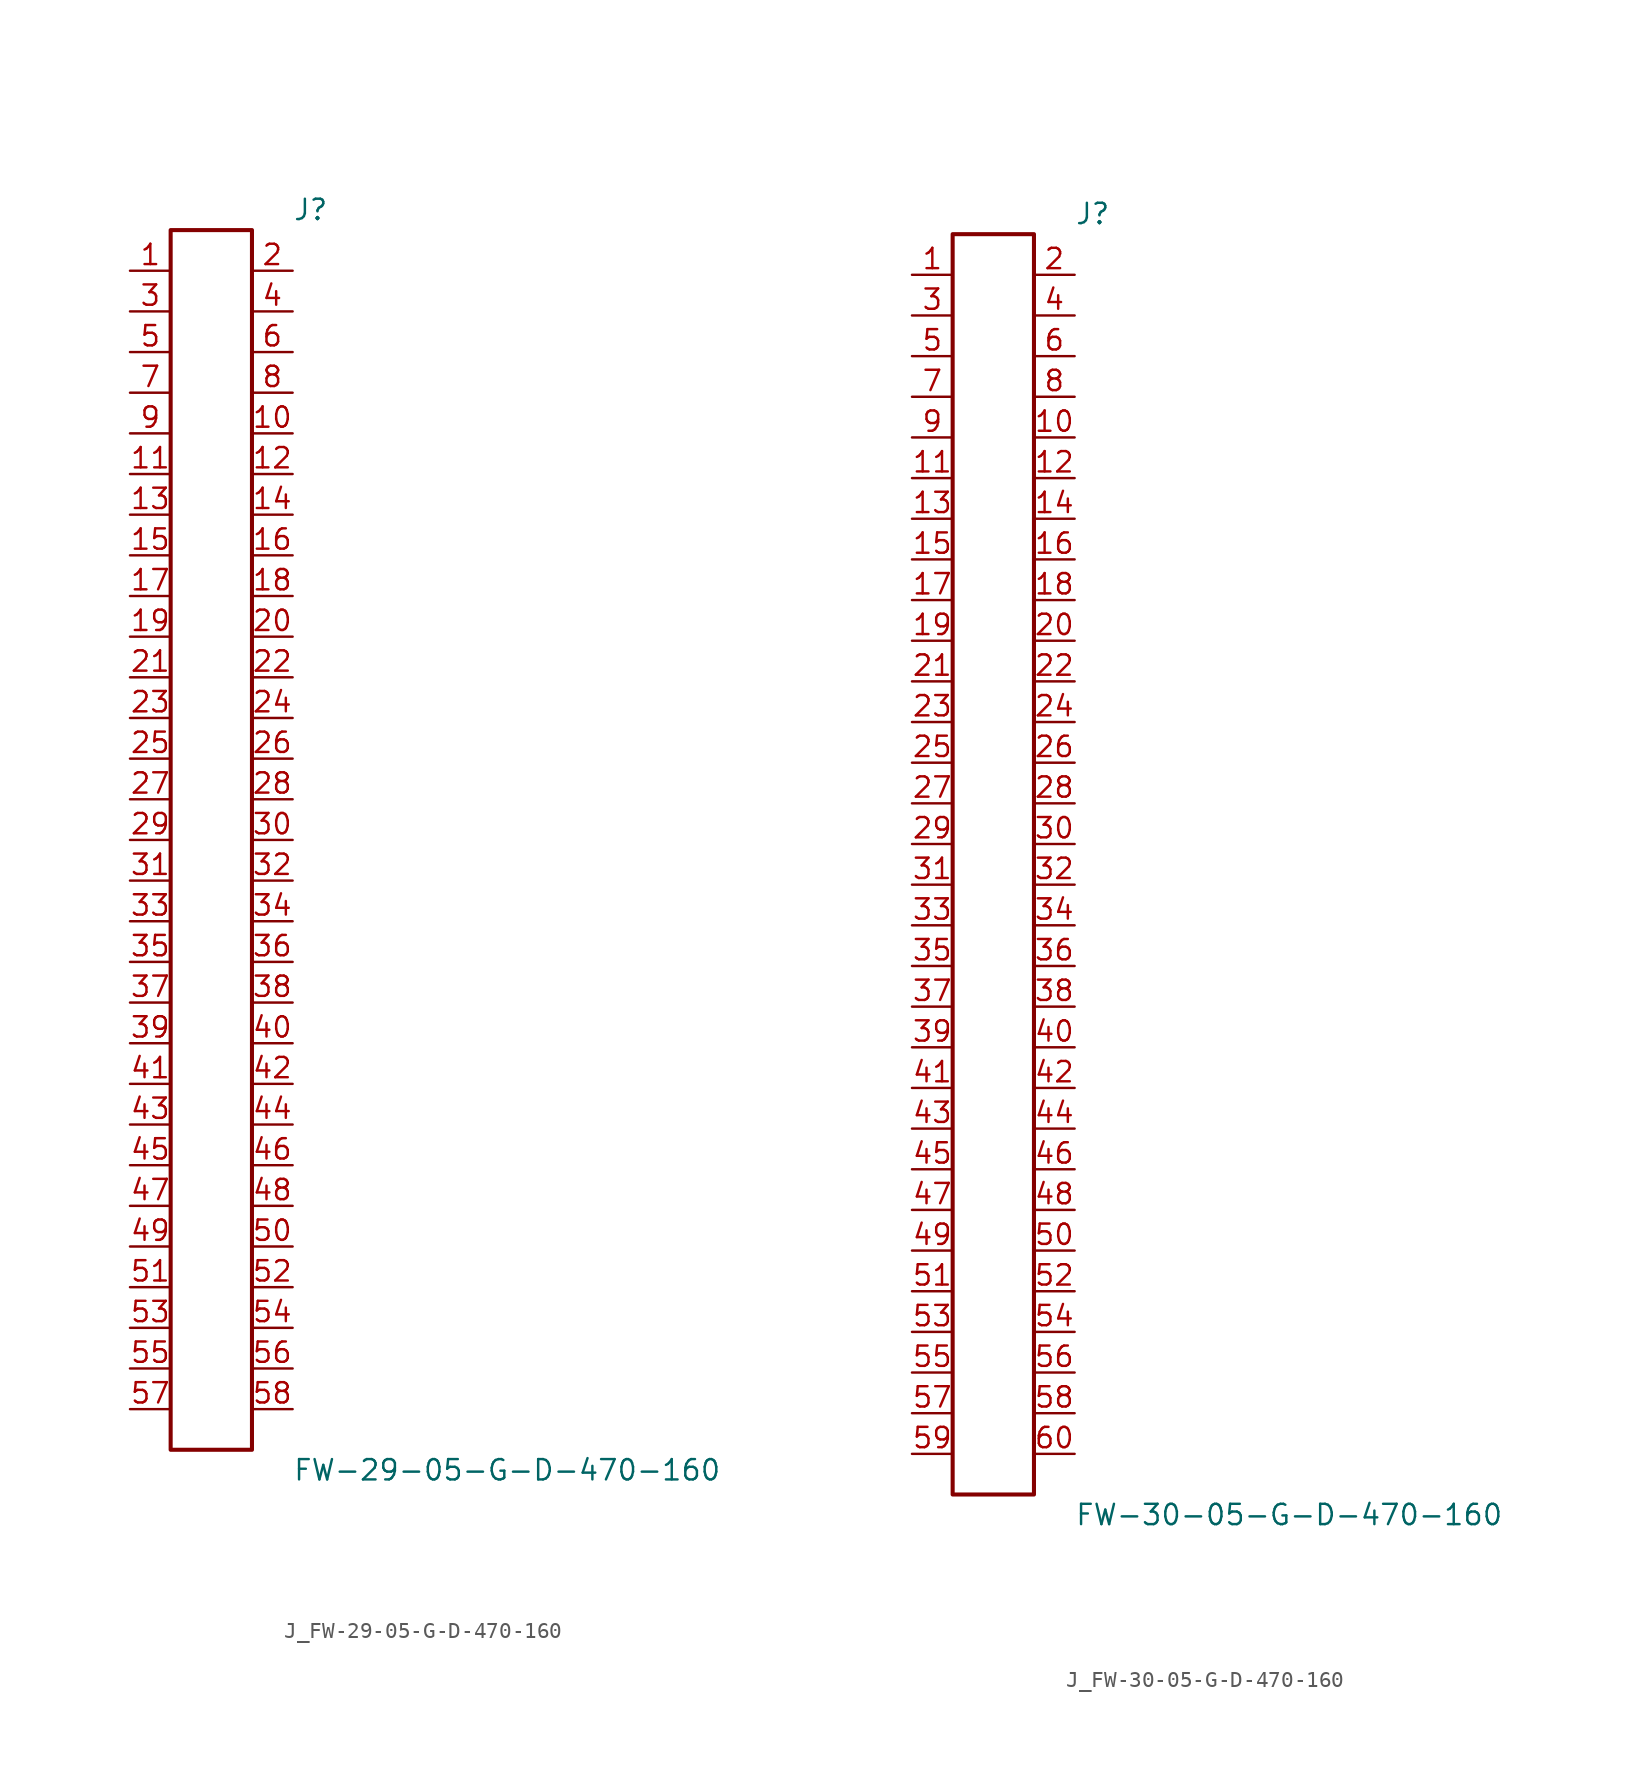
<source format=kicad_sym>
(kicad_symbol_lib
  (version 20231120)
  (generator kicad_symbol_editor)
  (generator_version 8.0)
  (symbol "J_FW-29-05-G-D-470-160"
    (pin_names
      (offset 0.254))
    (property "Reference" "J"
      (at 5.08 39.37 0)
      (effects (font (size 1.27 1.27)) (justify left)))
    (property "Value" "FW-29-05-G-D-470-160"
      (at 5.08 -39.37 0)
      (effects (font (size 1.27 1.27)) (justify left)))
    (symbol "J_FW-29-05-G-D-470-160_0_0"
      (pin unspecified line (at -5.08 35.56 0) (length 2.54) (name "" (effects (font (size 1.27 1.27)))) (number "1" (effects (font (size 1.27 1.27)))))
      (pin unspecified line (at 5.08 35.56 180) (length 2.54) (name "" (effects (font (size 1.27 1.27)))) (number "2" (effects (font (size 1.27 1.27)))))
      (pin unspecified line (at -5.08 33.02 0) (length 2.54) (name "" (effects (font (size 1.27 1.27)))) (number "3" (effects (font (size 1.27 1.27)))))
      (pin unspecified line (at 5.08 33.02 180) (length 2.54) (name "" (effects (font (size 1.27 1.27)))) (number "4" (effects (font (size 1.27 1.27)))))
      (pin unspecified line (at -5.08 30.48 0) (length 2.54) (name "" (effects (font (size 1.27 1.27)))) (number "5" (effects (font (size 1.27 1.27)))))
      (pin unspecified line (at 5.08 30.48 180) (length 2.54) (name "" (effects (font (size 1.27 1.27)))) (number "6" (effects (font (size 1.27 1.27)))))
      (pin unspecified line (at -5.08 27.94 0) (length 2.54) (name "" (effects (font (size 1.27 1.27)))) (number "7" (effects (font (size 1.27 1.27)))))
      (pin unspecified line (at 5.08 27.94 180) (length 2.54) (name "" (effects (font (size 1.27 1.27)))) (number "8" (effects (font (size 1.27 1.27)))))
      (pin unspecified line (at -5.08 25.4 0) (length 2.54) (name "" (effects (font (size 1.27 1.27)))) (number "9" (effects (font (size 1.27 1.27)))))
      (pin unspecified line (at 5.08 25.4 180) (length 2.54) (name "" (effects (font (size 1.27 1.27)))) (number "10" (effects (font (size 1.27 1.27)))))
      (pin unspecified line (at -5.08 22.86 0) (length 2.54) (name "" (effects (font (size 1.27 1.27)))) (number "11" (effects (font (size 1.27 1.27)))))
      (pin unspecified line (at 5.08 22.86 180) (length 2.54) (name "" (effects (font (size 1.27 1.27)))) (number "12" (effects (font (size 1.27 1.27)))))
      (pin unspecified line (at -5.08 20.32 0) (length 2.54) (name "" (effects (font (size 1.27 1.27)))) (number "13" (effects (font (size 1.27 1.27)))))
      (pin unspecified line (at 5.08 20.32 180) (length 2.54) (name "" (effects (font (size 1.27 1.27)))) (number "14" (effects (font (size 1.27 1.27)))))
      (pin unspecified line (at -5.08 17.78 0) (length 2.54) (name "" (effects (font (size 1.27 1.27)))) (number "15" (effects (font (size 1.27 1.27)))))
      (pin unspecified line (at 5.08 17.78 180) (length 2.54) (name "" (effects (font (size 1.27 1.27)))) (number "16" (effects (font (size 1.27 1.27)))))
      (pin unspecified line (at -5.08 15.24 0) (length 2.54) (name "" (effects (font (size 1.27 1.27)))) (number "17" (effects (font (size 1.27 1.27)))))
      (pin unspecified line (at 5.08 15.24 180) (length 2.54) (name "" (effects (font (size 1.27 1.27)))) (number "18" (effects (font (size 1.27 1.27)))))
      (pin unspecified line (at -5.08 12.7 0) (length 2.54) (name "" (effects (font (size 1.27 1.27)))) (number "19" (effects (font (size 1.27 1.27)))))
      (pin unspecified line (at 5.08 12.7 180) (length 2.54) (name "" (effects (font (size 1.27 1.27)))) (number "20" (effects (font (size 1.27 1.27)))))
      (pin unspecified line (at -5.08 10.16 0) (length 2.54) (name "" (effects (font (size 1.27 1.27)))) (number "21" (effects (font (size 1.27 1.27)))))
      (pin unspecified line (at 5.08 10.16 180) (length 2.54) (name "" (effects (font (size 1.27 1.27)))) (number "22" (effects (font (size 1.27 1.27)))))
      (pin unspecified line (at -5.08 7.62 0) (length 2.54) (name "" (effects (font (size 1.27 1.27)))) (number "23" (effects (font (size 1.27 1.27)))))
      (pin unspecified line (at 5.08 7.62 180) (length 2.54) (name "" (effects (font (size 1.27 1.27)))) (number "24" (effects (font (size 1.27 1.27)))))
      (pin unspecified line (at -5.08 5.08 0) (length 2.54) (name "" (effects (font (size 1.27 1.27)))) (number "25" (effects (font (size 1.27 1.27)))))
      (pin unspecified line (at 5.08 5.08 180) (length 2.54) (name "" (effects (font (size 1.27 1.27)))) (number "26" (effects (font (size 1.27 1.27)))))
      (pin unspecified line (at -5.08 2.54 0) (length 2.54) (name "" (effects (font (size 1.27 1.27)))) (number "27" (effects (font (size 1.27 1.27)))))
      (pin unspecified line (at 5.08 2.54 180) (length 2.54) (name "" (effects (font (size 1.27 1.27)))) (number "28" (effects (font (size 1.27 1.27)))))
      (pin unspecified line (at -5.08 0.0 0) (length 2.54) (name "" (effects (font (size 1.27 1.27)))) (number "29" (effects (font (size 1.27 1.27)))))
      (pin unspecified line (at 5.08 0.0 180) (length 2.54) (name "" (effects (font (size 1.27 1.27)))) (number "30" (effects (font (size 1.27 1.27)))))
      (pin unspecified line (at -5.08 -2.54 0) (length 2.54) (name "" (effects (font (size 1.27 1.27)))) (number "31" (effects (font (size 1.27 1.27)))))
      (pin unspecified line (at 5.08 -2.54 180) (length 2.54) (name "" (effects (font (size 1.27 1.27)))) (number "32" (effects (font (size 1.27 1.27)))))
      (pin unspecified line (at -5.08 -5.08 0) (length 2.54) (name "" (effects (font (size 1.27 1.27)))) (number "33" (effects (font (size 1.27 1.27)))))
      (pin unspecified line (at 5.08 -5.08 180) (length 2.54) (name "" (effects (font (size 1.27 1.27)))) (number "34" (effects (font (size 1.27 1.27)))))
      (pin unspecified line (at -5.08 -7.62 0) (length 2.54) (name "" (effects (font (size 1.27 1.27)))) (number "35" (effects (font (size 1.27 1.27)))))
      (pin unspecified line (at 5.08 -7.62 180) (length 2.54) (name "" (effects (font (size 1.27 1.27)))) (number "36" (effects (font (size 1.27 1.27)))))
      (pin unspecified line (at -5.08 -10.16 0) (length 2.54) (name "" (effects (font (size 1.27 1.27)))) (number "37" (effects (font (size 1.27 1.27)))))
      (pin unspecified line (at 5.08 -10.16 180) (length 2.54) (name "" (effects (font (size 1.27 1.27)))) (number "38" (effects (font (size 1.27 1.27)))))
      (pin unspecified line (at -5.08 -12.7 0) (length 2.54) (name "" (effects (font (size 1.27 1.27)))) (number "39" (effects (font (size 1.27 1.27)))))
      (pin unspecified line (at 5.08 -12.7 180) (length 2.54) (name "" (effects (font (size 1.27 1.27)))) (number "40" (effects (font (size 1.27 1.27)))))
      (pin unspecified line (at -5.08 -15.24 0) (length 2.54) (name "" (effects (font (size 1.27 1.27)))) (number "41" (effects (font (size 1.27 1.27)))))
      (pin unspecified line (at 5.08 -15.24 180) (length 2.54) (name "" (effects (font (size 1.27 1.27)))) (number "42" (effects (font (size 1.27 1.27)))))
      (pin unspecified line (at -5.08 -17.78 0) (length 2.54) (name "" (effects (font (size 1.27 1.27)))) (number "43" (effects (font (size 1.27 1.27)))))
      (pin unspecified line (at 5.08 -17.78 180) (length 2.54) (name "" (effects (font (size 1.27 1.27)))) (number "44" (effects (font (size 1.27 1.27)))))
      (pin unspecified line (at -5.08 -20.32 0) (length 2.54) (name "" (effects (font (size 1.27 1.27)))) (number "45" (effects (font (size 1.27 1.27)))))
      (pin unspecified line (at 5.08 -20.32 180) (length 2.54) (name "" (effects (font (size 1.27 1.27)))) (number "46" (effects (font (size 1.27 1.27)))))
      (pin unspecified line (at -5.08 -22.86 0) (length 2.54) (name "" (effects (font (size 1.27 1.27)))) (number "47" (effects (font (size 1.27 1.27)))))
      (pin unspecified line (at 5.08 -22.86 180) (length 2.54) (name "" (effects (font (size 1.27 1.27)))) (number "48" (effects (font (size 1.27 1.27)))))
      (pin unspecified line (at -5.08 -25.4 0) (length 2.54) (name "" (effects (font (size 1.27 1.27)))) (number "49" (effects (font (size 1.27 1.27)))))
      (pin unspecified line (at 5.08 -25.4 180) (length 2.54) (name "" (effects (font (size 1.27 1.27)))) (number "50" (effects (font (size 1.27 1.27)))))
      (pin unspecified line (at -5.08 -27.94 0) (length 2.54) (name "" (effects (font (size 1.27 1.27)))) (number "51" (effects (font (size 1.27 1.27)))))
      (pin unspecified line (at 5.08 -27.94 180) (length 2.54) (name "" (effects (font (size 1.27 1.27)))) (number "52" (effects (font (size 1.27 1.27)))))
      (pin unspecified line (at -5.08 -30.48 0) (length 2.54) (name "" (effects (font (size 1.27 1.27)))) (number "53" (effects (font (size 1.27 1.27)))))
      (pin unspecified line (at 5.08 -30.48 180) (length 2.54) (name "" (effects (font (size 1.27 1.27)))) (number "54" (effects (font (size 1.27 1.27)))))
      (pin unspecified line (at -5.08 -33.02 0) (length 2.54) (name "" (effects (font (size 1.27 1.27)))) (number "55" (effects (font (size 1.27 1.27)))))
      (pin unspecified line (at 5.08 -33.02 180) (length 2.54) (name "" (effects (font (size 1.27 1.27)))) (number "56" (effects (font (size 1.27 1.27)))))
      (pin unspecified line (at -5.08 -35.56 0) (length 2.54) (name "" (effects (font (size 1.27 1.27)))) (number "57" (effects (font (size 1.27 1.27)))))
      (pin unspecified line (at 5.08 -35.56 180) (length 2.54) (name "" (effects (font (size 1.27 1.27)))) (number "58" (effects (font (size 1.27 1.27))))))
    (symbol "J_FW-29-05-G-D-470-160_1_0"
      (rectangle (start -2.54 38.1) (end 2.54 -38.1) (stroke (width 0.254) (type solid)) (fill (type none)))))
  (symbol "J_FW-30-05-G-D-470-160"
    (pin_names
      (offset 0.254))
    (property "Reference" "J"
      (at 5.08 40.64 0)
      (effects (font (size 1.27 1.27)) (justify left)))
    (property "Value" "FW-30-05-G-D-470-160"
      (at 5.08 -40.64 0)
      (effects (font (size 1.27 1.27)) (justify left)))
    (symbol "J_FW-30-05-G-D-470-160_0_0"
      (pin unspecified line (at -5.08 36.83 0) (length 2.54) (name "" (effects (font (size 1.27 1.27)))) (number "1" (effects (font (size 1.27 1.27)))))
      (pin unspecified line (at 5.08 36.83 180) (length 2.54) (name "" (effects (font (size 1.27 1.27)))) (number "2" (effects (font (size 1.27 1.27)))))
      (pin unspecified line (at -5.08 34.29 0) (length 2.54) (name "" (effects (font (size 1.27 1.27)))) (number "3" (effects (font (size 1.27 1.27)))))
      (pin unspecified line (at 5.08 34.29 180) (length 2.54) (name "" (effects (font (size 1.27 1.27)))) (number "4" (effects (font (size 1.27 1.27)))))
      (pin unspecified line (at -5.08 31.75 0) (length 2.54) (name "" (effects (font (size 1.27 1.27)))) (number "5" (effects (font (size 1.27 1.27)))))
      (pin unspecified line (at 5.08 31.75 180) (length 2.54) (name "" (effects (font (size 1.27 1.27)))) (number "6" (effects (font (size 1.27 1.27)))))
      (pin unspecified line (at -5.08 29.21 0) (length 2.54) (name "" (effects (font (size 1.27 1.27)))) (number "7" (effects (font (size 1.27 1.27)))))
      (pin unspecified line (at 5.08 29.21 180) (length 2.54) (name "" (effects (font (size 1.27 1.27)))) (number "8" (effects (font (size 1.27 1.27)))))
      (pin unspecified line (at -5.08 26.67 0) (length 2.54) (name "" (effects (font (size 1.27 1.27)))) (number "9" (effects (font (size 1.27 1.27)))))
      (pin unspecified line (at 5.08 26.67 180) (length 2.54) (name "" (effects (font (size 1.27 1.27)))) (number "10" (effects (font (size 1.27 1.27)))))
      (pin unspecified line (at -5.08 24.13 0) (length 2.54) (name "" (effects (font (size 1.27 1.27)))) (number "11" (effects (font (size 1.27 1.27)))))
      (pin unspecified line (at 5.08 24.13 180) (length 2.54) (name "" (effects (font (size 1.27 1.27)))) (number "12" (effects (font (size 1.27 1.27)))))
      (pin unspecified line (at -5.08 21.59 0) (length 2.54) (name "" (effects (font (size 1.27 1.27)))) (number "13" (effects (font (size 1.27 1.27)))))
      (pin unspecified line (at 5.08 21.59 180) (length 2.54) (name "" (effects (font (size 1.27 1.27)))) (number "14" (effects (font (size 1.27 1.27)))))
      (pin unspecified line (at -5.08 19.05 0) (length 2.54) (name "" (effects (font (size 1.27 1.27)))) (number "15" (effects (font (size 1.27 1.27)))))
      (pin unspecified line (at 5.08 19.05 180) (length 2.54) (name "" (effects (font (size 1.27 1.27)))) (number "16" (effects (font (size 1.27 1.27)))))
      (pin unspecified line (at -5.08 16.51 0) (length 2.54) (name "" (effects (font (size 1.27 1.27)))) (number "17" (effects (font (size 1.27 1.27)))))
      (pin unspecified line (at 5.08 16.51 180) (length 2.54) (name "" (effects (font (size 1.27 1.27)))) (number "18" (effects (font (size 1.27 1.27)))))
      (pin unspecified line (at -5.08 13.97 0) (length 2.54) (name "" (effects (font (size 1.27 1.27)))) (number "19" (effects (font (size 1.27 1.27)))))
      (pin unspecified line (at 5.08 13.97 180) (length 2.54) (name "" (effects (font (size 1.27 1.27)))) (number "20" (effects (font (size 1.27 1.27)))))
      (pin unspecified line (at -5.08 11.43 0) (length 2.54) (name "" (effects (font (size 1.27 1.27)))) (number "21" (effects (font (size 1.27 1.27)))))
      (pin unspecified line (at 5.08 11.43 180) (length 2.54) (name "" (effects (font (size 1.27 1.27)))) (number "22" (effects (font (size 1.27 1.27)))))
      (pin unspecified line (at -5.08 8.89 0) (length 2.54) (name "" (effects (font (size 1.27 1.27)))) (number "23" (effects (font (size 1.27 1.27)))))
      (pin unspecified line (at 5.08 8.89 180) (length 2.54) (name "" (effects (font (size 1.27 1.27)))) (number "24" (effects (font (size 1.27 1.27)))))
      (pin unspecified line (at -5.08 6.35 0) (length 2.54) (name "" (effects (font (size 1.27 1.27)))) (number "25" (effects (font (size 1.27 1.27)))))
      (pin unspecified line (at 5.08 6.35 180) (length 2.54) (name "" (effects (font (size 1.27 1.27)))) (number "26" (effects (font (size 1.27 1.27)))))
      (pin unspecified line (at -5.08 3.81 0) (length 2.54) (name "" (effects (font (size 1.27 1.27)))) (number "27" (effects (font (size 1.27 1.27)))))
      (pin unspecified line (at 5.08 3.81 180) (length 2.54) (name "" (effects (font (size 1.27 1.27)))) (number "28" (effects (font (size 1.27 1.27)))))
      (pin unspecified line (at -5.08 1.27 0) (length 2.54) (name "" (effects (font (size 1.27 1.27)))) (number "29" (effects (font (size 1.27 1.27)))))
      (pin unspecified line (at 5.08 1.27 180) (length 2.54) (name "" (effects (font (size 1.27 1.27)))) (number "30" (effects (font (size 1.27 1.27)))))
      (pin unspecified line (at -5.08 -1.27 0) (length 2.54) (name "" (effects (font (size 1.27 1.27)))) (number "31" (effects (font (size 1.27 1.27)))))
      (pin unspecified line (at 5.08 -1.27 180) (length 2.54) (name "" (effects (font (size 1.27 1.27)))) (number "32" (effects (font (size 1.27 1.27)))))
      (pin unspecified line (at -5.08 -3.81 0) (length 2.54) (name "" (effects (font (size 1.27 1.27)))) (number "33" (effects (font (size 1.27 1.27)))))
      (pin unspecified line (at 5.08 -3.81 180) (length 2.54) (name "" (effects (font (size 1.27 1.27)))) (number "34" (effects (font (size 1.27 1.27)))))
      (pin unspecified line (at -5.08 -6.35 0) (length 2.54) (name "" (effects (font (size 1.27 1.27)))) (number "35" (effects (font (size 1.27 1.27)))))
      (pin unspecified line (at 5.08 -6.35 180) (length 2.54) (name "" (effects (font (size 1.27 1.27)))) (number "36" (effects (font (size 1.27 1.27)))))
      (pin unspecified line (at -5.08 -8.89 0) (length 2.54) (name "" (effects (font (size 1.27 1.27)))) (number "37" (effects (font (size 1.27 1.27)))))
      (pin unspecified line (at 5.08 -8.89 180) (length 2.54) (name "" (effects (font (size 1.27 1.27)))) (number "38" (effects (font (size 1.27 1.27)))))
      (pin unspecified line (at -5.08 -11.43 0) (length 2.54) (name "" (effects (font (size 1.27 1.27)))) (number "39" (effects (font (size 1.27 1.27)))))
      (pin unspecified line (at 5.08 -11.43 180) (length 2.54) (name "" (effects (font (size 1.27 1.27)))) (number "40" (effects (font (size 1.27 1.27)))))
      (pin unspecified line (at -5.08 -13.97 0) (length 2.54) (name "" (effects (font (size 1.27 1.27)))) (number "41" (effects (font (size 1.27 1.27)))))
      (pin unspecified line (at 5.08 -13.97 180) (length 2.54) (name "" (effects (font (size 1.27 1.27)))) (number "42" (effects (font (size 1.27 1.27)))))
      (pin unspecified line (at -5.08 -16.51 0) (length 2.54) (name "" (effects (font (size 1.27 1.27)))) (number "43" (effects (font (size 1.27 1.27)))))
      (pin unspecified line (at 5.08 -16.51 180) (length 2.54) (name "" (effects (font (size 1.27 1.27)))) (number "44" (effects (font (size 1.27 1.27)))))
      (pin unspecified line (at -5.08 -19.05 0) (length 2.54) (name "" (effects (font (size 1.27 1.27)))) (number "45" (effects (font (size 1.27 1.27)))))
      (pin unspecified line (at 5.08 -19.05 180) (length 2.54) (name "" (effects (font (size 1.27 1.27)))) (number "46" (effects (font (size 1.27 1.27)))))
      (pin unspecified line (at -5.08 -21.59 0) (length 2.54) (name "" (effects (font (size 1.27 1.27)))) (number "47" (effects (font (size 1.27 1.27)))))
      (pin unspecified line (at 5.08 -21.59 180) (length 2.54) (name "" (effects (font (size 1.27 1.27)))) (number "48" (effects (font (size 1.27 1.27)))))
      (pin unspecified line (at -5.08 -24.13 0) (length 2.54) (name "" (effects (font (size 1.27 1.27)))) (number "49" (effects (font (size 1.27 1.27)))))
      (pin unspecified line (at 5.08 -24.13 180) (length 2.54) (name "" (effects (font (size 1.27 1.27)))) (number "50" (effects (font (size 1.27 1.27)))))
      (pin unspecified line (at -5.08 -26.67 0) (length 2.54) (name "" (effects (font (size 1.27 1.27)))) (number "51" (effects (font (size 1.27 1.27)))))
      (pin unspecified line (at 5.08 -26.67 180) (length 2.54) (name "" (effects (font (size 1.27 1.27)))) (number "52" (effects (font (size 1.27 1.27)))))
      (pin unspecified line (at -5.08 -29.21 0) (length 2.54) (name "" (effects (font (size 1.27 1.27)))) (number "53" (effects (font (size 1.27 1.27)))))
      (pin unspecified line (at 5.08 -29.21 180) (length 2.54) (name "" (effects (font (size 1.27 1.27)))) (number "54" (effects (font (size 1.27 1.27)))))
      (pin unspecified line (at -5.08 -31.75 0) (length 2.54) (name "" (effects (font (size 1.27 1.27)))) (number "55" (effects (font (size 1.27 1.27)))))
      (pin unspecified line (at 5.08 -31.75 180) (length 2.54) (name "" (effects (font (size 1.27 1.27)))) (number "56" (effects (font (size 1.27 1.27)))))
      (pin unspecified line (at -5.08 -34.29 0) (length 2.54) (name "" (effects (font (size 1.27 1.27)))) (number "57" (effects (font (size 1.27 1.27)))))
      (pin unspecified line (at 5.08 -34.29 180) (length 2.54) (name "" (effects (font (size 1.27 1.27)))) (number "58" (effects (font (size 1.27 1.27)))))
      (pin unspecified line (at -5.08 -36.83 0) (length 2.54) (name "" (effects (font (size 1.27 1.27)))) (number "59" (effects (font (size 1.27 1.27)))))
      (pin unspecified line (at 5.08 -36.83 180) (length 2.54) (name "" (effects (font (size 1.27 1.27)))) (number "60" (effects (font (size 1.27 1.27))))))
    (symbol "J_FW-30-05-G-D-470-160_1_0"
      (rectangle (start -2.54 39.37) (end 2.54 -39.37) (stroke (width 0.254) (type solid)) (fill (type none))))))
</source>
